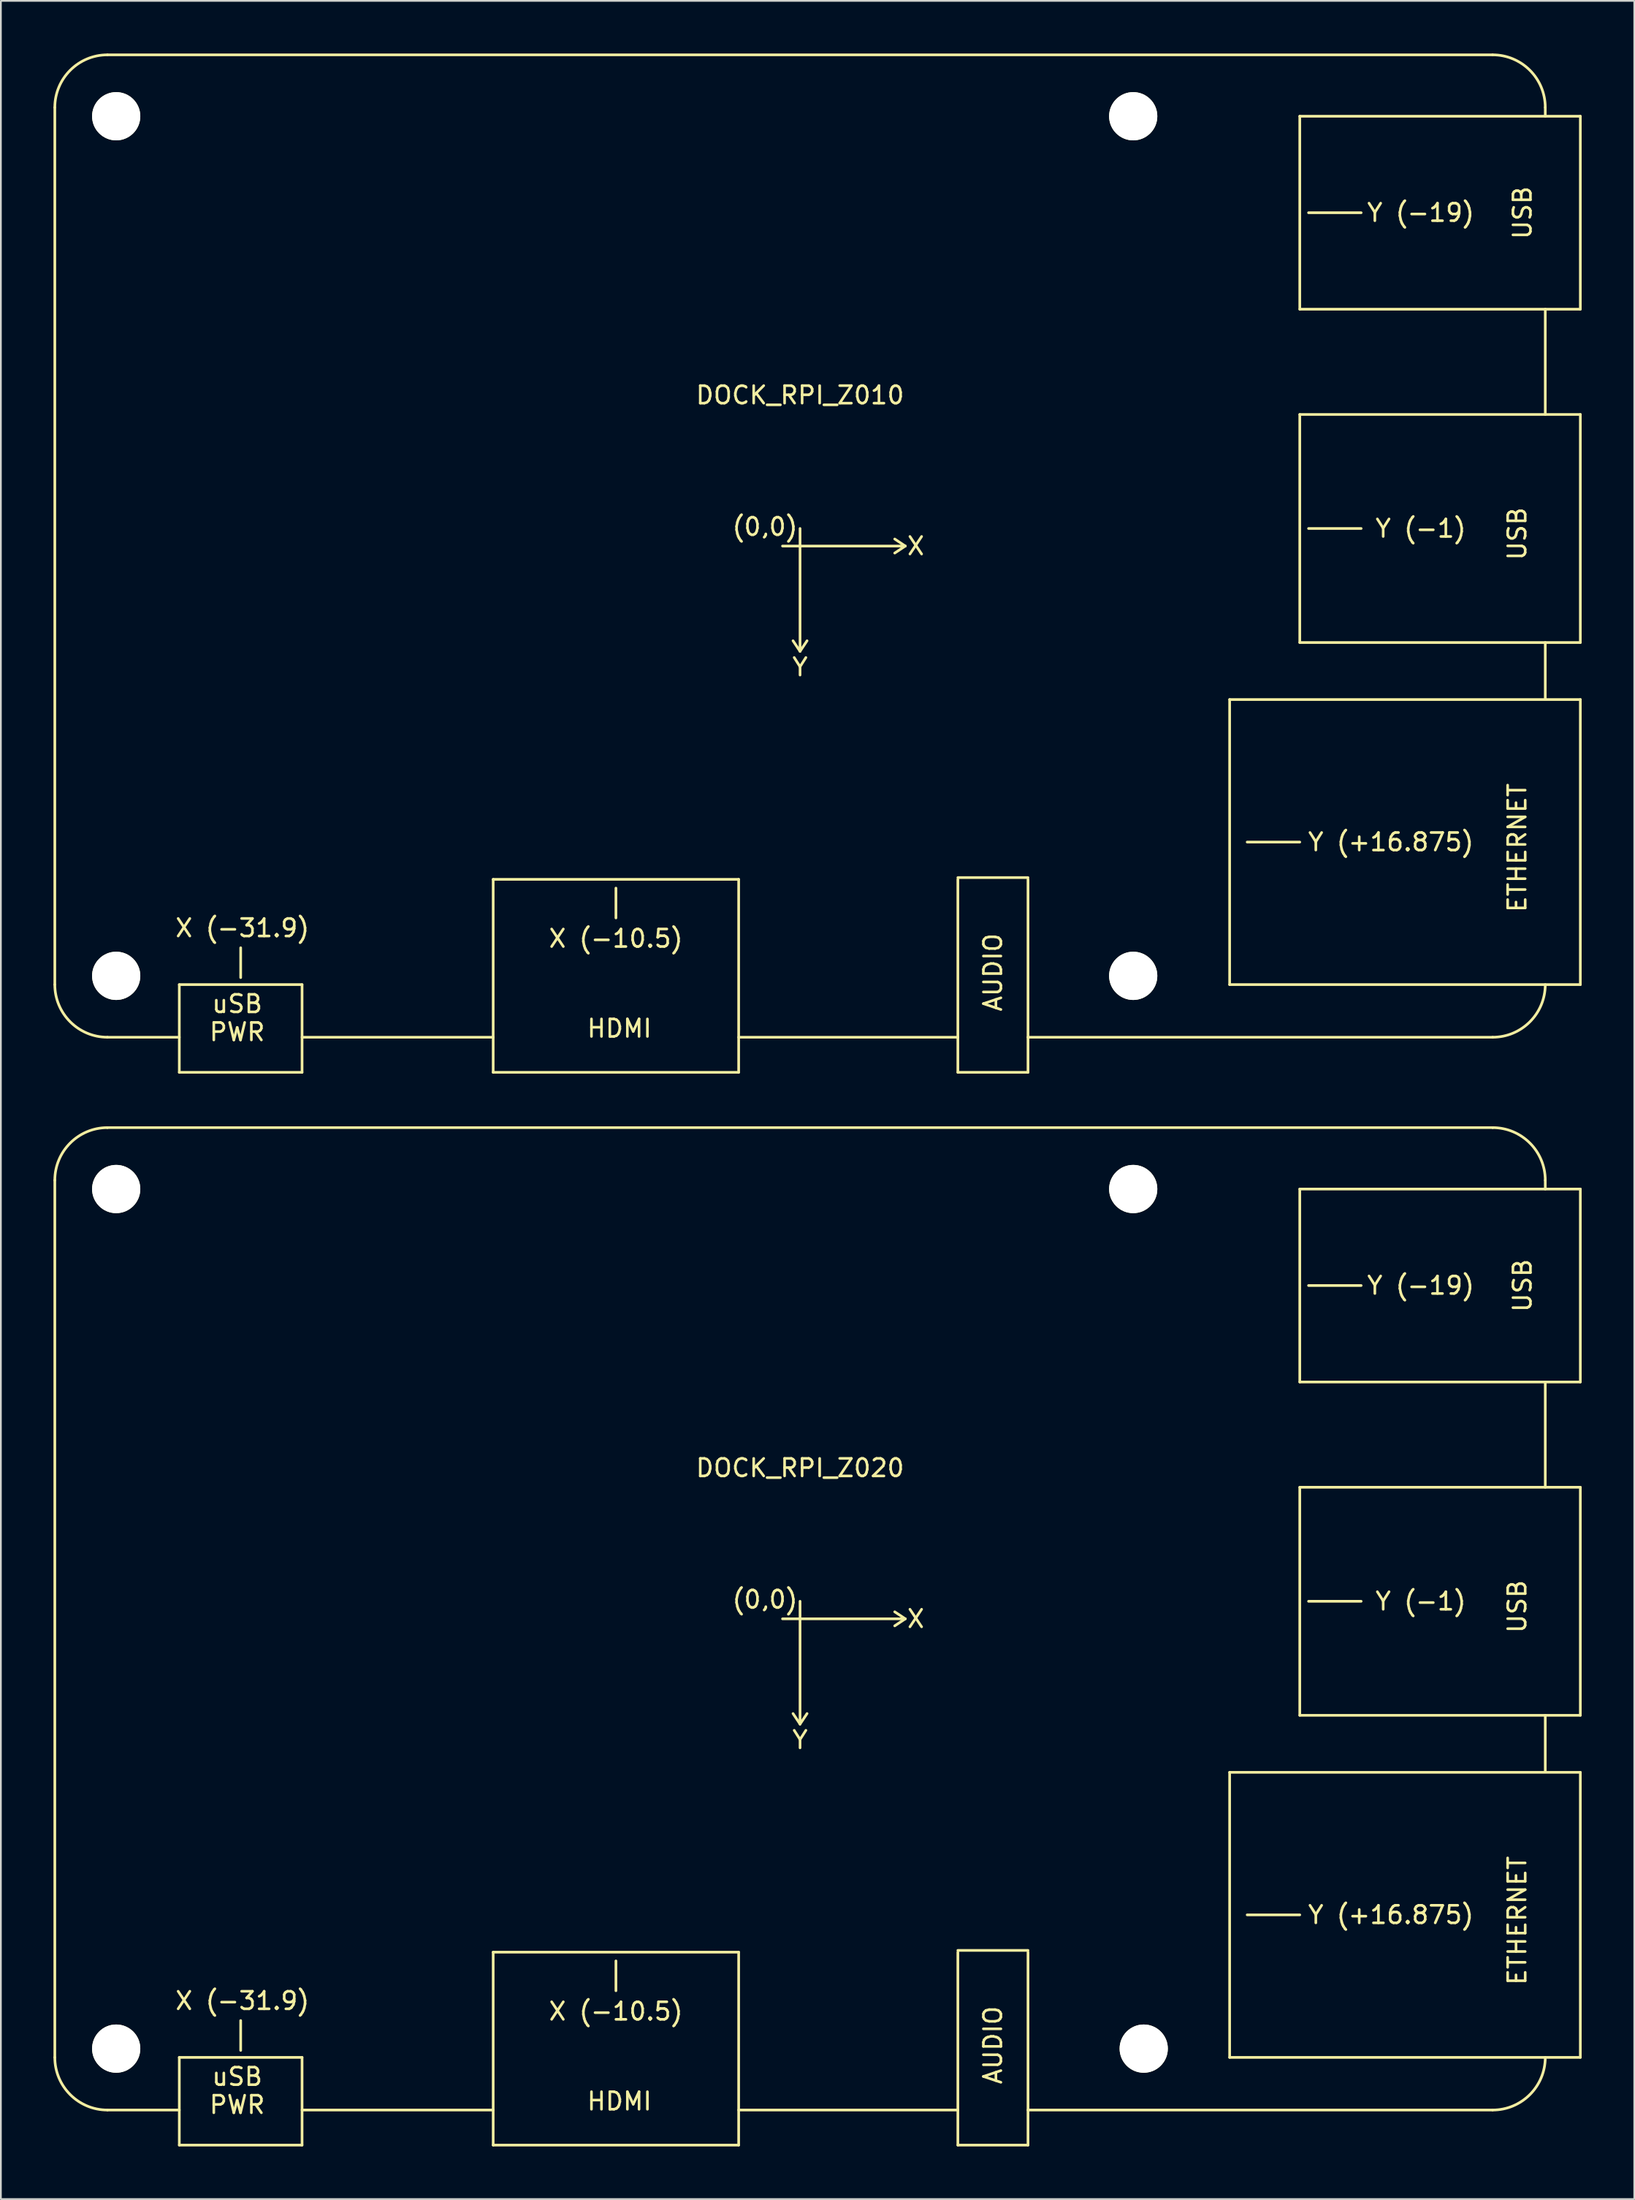
<source format=kicad_pcb>
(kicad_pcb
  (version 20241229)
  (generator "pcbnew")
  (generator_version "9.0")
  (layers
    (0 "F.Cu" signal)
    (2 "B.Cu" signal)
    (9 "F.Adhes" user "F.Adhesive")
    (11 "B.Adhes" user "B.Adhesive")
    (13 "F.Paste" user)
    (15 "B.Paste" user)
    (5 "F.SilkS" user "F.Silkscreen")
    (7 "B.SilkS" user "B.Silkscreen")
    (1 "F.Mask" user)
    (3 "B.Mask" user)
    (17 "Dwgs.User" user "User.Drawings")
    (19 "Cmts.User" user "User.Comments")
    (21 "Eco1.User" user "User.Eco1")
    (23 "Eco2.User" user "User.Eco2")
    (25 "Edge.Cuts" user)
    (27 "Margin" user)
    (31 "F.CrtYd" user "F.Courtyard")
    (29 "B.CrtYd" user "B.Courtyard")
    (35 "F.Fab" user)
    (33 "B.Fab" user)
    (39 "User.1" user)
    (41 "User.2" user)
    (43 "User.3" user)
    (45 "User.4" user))
  (footprint "DOCK_RPI_Z010"
    (layer "F.Cu")
    (at 42.576 28.076)
    (property "Reference" "DOCK_RPI_Z010" (at 0 -8.6 0) (layer "F.SilkS") (effects (font (size 1 1) (thickness 0.15))))
    (attr through_hole)
    (fp_line (start -42.5 -25) (end -42.5 25) (stroke (width 0.152) (type solid)) (layer "F.SilkS"))
    (fp_line (start -39.5 -28) (end 39.5 -28) (stroke (width 0.152) (type solid)) (layer "F.SilkS"))
    (fp_line (start -35.4 25) (end -35.4 30) (stroke (width 0.152) (type solid)) (layer "F.SilkS"))
    (fp_line (start -35.4 25) (end -28.4 25) (stroke (width 0.152) (type solid)) (layer "F.SilkS"))
    (fp_line (start -35.4 28) (end -39.5 28) (stroke (width 0.152) (type solid)) (layer "F.SilkS"))
    (fp_line (start -35.4 30) (end -28.4 30) (stroke (width 0.152) (type solid)) (layer "F.SilkS"))
    (fp_line (start -31.9 22.9) (end -31.9 24.6) (stroke (width 0.152) (type solid)) (layer "F.SilkS"))
    (fp_line (start -28.4 25) (end -28.4 30) (stroke (width 0.152) (type solid)) (layer "F.SilkS"))
    (fp_line (start -17.5 19) (end -17.5 30) (stroke (width 0.152) (type solid)) (layer "F.SilkS"))
    (fp_line (start -17.5 19) (end -3.5 19) (stroke (width 0.152) (type solid)) (layer "F.SilkS"))
    (fp_line (start -17.5 28) (end -28.4 28) (stroke (width 0.152) (type solid)) (layer "F.SilkS"))
    (fp_line (start -17.5 30) (end -3.5 30) (stroke (width 0.152) (type solid)) (layer "F.SilkS"))
    (fp_line (start -10.5 19.5) (end -10.5 21.2) (stroke (width 0.152) (type solid)) (layer "F.SilkS"))
    (fp_line (start -3.5 19) (end -3.5 30) (stroke (width 0.152) (type solid)) (layer "F.SilkS"))
    (fp_line (start -1 0) (end 6 0) (stroke (width 0.152) (type solid)) (layer "F.SilkS"))
    (fp_line (start 0 -1) (end 0 6) (stroke (width 0.152) (type solid)) (layer "F.SilkS"))
    (fp_line (start 0 6) (end -0.4 5.4) (stroke (width 0.152) (type solid)) (layer "F.SilkS"))
    (fp_line (start 0 6) (end 0.4 5.4) (stroke (width 0.152) (type solid)) (layer "F.SilkS"))
    (fp_line (start 6 0) (end 5.4 -0.4) (stroke (width 0.152) (type solid)) (layer "F.SilkS"))
    (fp_line (start 6 0) (end 5.4 0.4) (stroke (width 0.152) (type solid)) (layer "F.SilkS"))
    (fp_line (start 9 18.9) (end 13 18.9) (stroke (width 0.152) (type solid)) (layer "F.SilkS"))
    (fp_line (start 9 19) (end 9 30) (stroke (width 0.152) (type solid)) (layer "F.SilkS"))
    (fp_line (start 9 28) (end -3.5 28) (stroke (width 0.152) (type solid)) (layer "F.SilkS"))
    (fp_line (start 9 30) (end 13 30) (stroke (width 0.152) (type solid)) (layer "F.SilkS"))
    (fp_line (start 13 19) (end 13 30) (stroke (width 0.152) (type solid)) (layer "F.SilkS"))
    (fp_line (start 13 28) (end 39.5 28) (stroke (width 0.152) (type solid)) (layer "F.SilkS"))
    (fp_line (start 24.5 8.75) (end 24.5 25) (stroke (width 0.152) (type solid)) (layer "F.SilkS"))
    (fp_line (start 25.5 16.875) (end 28.5 16.875) (stroke (width 0.152) (type solid)) (layer "F.SilkS"))
    (fp_line (start 28.5 -24.5) (end 28.5 -13.5) (stroke (width 0.152) (type solid)) (layer "F.SilkS"))
    (fp_line (start 28.5 -7.5) (end 28.5 5.5) (stroke (width 0.152) (type solid)) (layer "F.SilkS"))
    (fp_line (start 29 -19) (end 32 -19) (stroke (width 0.152) (type solid)) (layer "F.SilkS"))
    (fp_line (start 29 -1) (end 32 -1) (stroke (width 0.152) (type solid)) (layer "F.SilkS"))
    (fp_line (start 42.5 -25) (end 42.5 -24.5) (stroke (width 0.152) (type solid)) (layer "F.SilkS"))
    (fp_line (start 42.5 -13.5) (end 42.5 -7.5) (stroke (width 0.152) (type solid)) (layer "F.SilkS"))
    (fp_line (start 42.5 5.5) (end 42.5 8.7) (stroke (width 0.152) (type solid)) (layer "F.SilkS"))
    (fp_line (start 44.5 -24.5) (end 28.5 -24.5) (stroke (width 0.152) (type solid)) (layer "F.SilkS"))
    (fp_line (start 44.5 -24.5) (end 44.5 -13.5) (stroke (width 0.152) (type solid)) (layer "F.SilkS"))
    (fp_line (start 44.5 -13.5) (end 28.5 -13.5) (stroke (width 0.152) (type solid)) (layer "F.SilkS"))
    (fp_line (start 44.5 -7.5) (end 28.5 -7.5) (stroke (width 0.152) (type solid)) (layer "F.SilkS"))
    (fp_line (start 44.5 -7.5) (end 44.5 5.5) (stroke (width 0.152) (type solid)) (layer "F.SilkS"))
    (fp_line (start 44.5 5.5) (end 28.5 5.5) (stroke (width 0.152) (type solid)) (layer "F.SilkS"))
    (fp_line (start 44.5 8.75) (end 24.5 8.75) (stroke (width 0.152) (type solid)) (layer "F.SilkS"))
    (fp_line (start 44.5 8.75) (end 44.5 25) (stroke (width 0.152) (type solid)) (layer "F.SilkS"))
    (fp_line (start 44.5 25) (end 24.5 25) (stroke (width 0.152) (type solid)) (layer "F.SilkS"))
    (fp_arc (start -42.5 -25) (mid -41.62132 -27.12132) (end -39.5 -28) (stroke (width 0.1524) (type solid)) (layer "F.SilkS"))
    (fp_arc (start -39.5 28) (mid -41.62132 27.12132) (end -42.5 25) (stroke (width 0.1524) (type solid)) (layer "F.SilkS"))
    (fp_arc (start 39.5 -28) (mid 41.62132 -27.12132) (end 42.5 -25) (stroke (width 0.1524) (type solid)) (layer "F.SilkS"))
    (fp_arc (start 42.5 25) (mid 41.62132 27.12132) (end 39.5 28) (stroke (width 0.1524) (type solid)) (layer "F.SilkS"))
    (fp_text user "X (-10.5)" (at -10.5 22.375 0) (layer "F.SilkS") (effects (font (size 1 1) (thickness 0.15))))
    (fp_text user "AUDIO" (at 11 24.3 90) (layer "F.SilkS") (effects (font (size 1 1) (thickness 0.15))))
    (fp_text user "Y (+16.875)" (at 33.7 16.875 0) (layer "F.SilkS") (effects (font (size 1 1) (thickness 0.15))))
    (fp_text user "PWR" (at -32.1 27.7 0) (layer "F.SilkS") (effects (font (size 1 1) (thickness 0.15))))
    (fp_text user "uSB" (at -32.1 26.1 0) (layer "F.SilkS") (effects (font (size 1 1) (thickness 0.15))))
    (fp_text user "Y" (at 0 6.9 0) (layer "F.SilkS") (effects (font (size 1 1) (thickness 0.15))))
    (fp_text user "USB" (at 41.2 -19 90) (layer "F.SilkS") (effects (font (size 1 1) (thickness 0.15))))
    (fp_text user "ETHERNET" (at 40.9 17.2 90) (layer "F.SilkS") (effects (font (size 1 1) (thickness 0.15))))
    (fp_text user "X (-31.9)" (at -31.8 21.775 0) (layer "F.SilkS") (effects (font (size 1 1) (thickness 0.15))))
    (fp_text user "USB" (at 40.9 -0.7 90) (layer "F.SilkS") (effects (font (size 1 1) (thickness 0.15))))
    (fp_text user "HDMI" (at -10.3 27.5 0) (layer "F.SilkS") (effects (font (size 1 1) (thickness 0.15))))
    (fp_text user "Y (-19)" (at 35.4 -19 0) (layer "F.SilkS") (effects (font (size 1 1) (thickness 0.15))))
    (fp_text user "Y (-1)" (at 35.4 -1 0) (layer "F.SilkS") (effects (font (size 1 1) (thickness 0.15))))
    (fp_text user "X" (at 6.6 0 0) (layer "F.SilkS") (effects (font (size 1 1) (thickness 0.15))))
    (fp_text user "(0,0)" (at -2 -1.1 0) (layer "F.SilkS") (effects (font (size 1 1) (thickness 0.15))))
    (pad "" np_thru_hole circle (at -39 -24.5) (size 2.75 2.75) (drill 2.75) (layers "*.Cu" "*.Mask" "F.SilkS"))
    (pad "" np_thru_hole circle (at -39 24.5) (size 2.75 2.75) (drill 2.75) (layers "*.Cu" "*.Mask" "F.SilkS"))
    (pad "" np_thru_hole circle (at 19 -24.5) (size 2.75 2.75) (drill 2.75) (layers "*.Cu" "*.Mask" "F.SilkS"))
    (pad "" np_thru_hole circle (at 19 24.5) (size 2.75 2.75) (drill 2.75) (layers "*.Cu" "*.Mask" "F.SilkS")))
  (footprint "DOCK_RPI_Z020"
    (layer "F.Cu")
    (at 42.576 89.229)
    (property "Reference" "DOCK_RPI_Z020" (at 0 -8.6 0) (layer "F.SilkS") (effects (font (size 1 1) (thickness 0.15))))
    (attr through_hole)
    (fp_line (start -42.5 -25) (end -42.5 25) (stroke (width 0.152) (type solid)) (layer "F.SilkS"))
    (fp_line (start -39.5 -28) (end 39.5 -28) (stroke (width 0.152) (type solid)) (layer "F.SilkS"))
    (fp_line (start -35.4 25) (end -35.4 30) (stroke (width 0.152) (type solid)) (layer "F.SilkS"))
    (fp_line (start -35.4 25) (end -28.4 25) (stroke (width 0.152) (type solid)) (layer "F.SilkS"))
    (fp_line (start -35.4 28) (end -39.5 28) (stroke (width 0.152) (type solid)) (layer "F.SilkS"))
    (fp_line (start -35.4 30) (end -28.4 30) (stroke (width 0.152) (type solid)) (layer "F.SilkS"))
    (fp_line (start -31.9 22.9) (end -31.9 24.6) (stroke (width 0.152) (type solid)) (layer "F.SilkS"))
    (fp_line (start -28.4 25) (end -28.4 30) (stroke (width 0.152) (type solid)) (layer "F.SilkS"))
    (fp_line (start -17.5 19) (end -17.5 30) (stroke (width 0.152) (type solid)) (layer "F.SilkS"))
    (fp_line (start -17.5 19) (end -3.5 19) (stroke (width 0.152) (type solid)) (layer "F.SilkS"))
    (fp_line (start -17.5 28) (end -28.4 28) (stroke (width 0.152) (type solid)) (layer "F.SilkS"))
    (fp_line (start -17.5 30) (end -3.5 30) (stroke (width 0.152) (type solid)) (layer "F.SilkS"))
    (fp_line (start -10.5 19.5) (end -10.5 21.2) (stroke (width 0.152) (type solid)) (layer "F.SilkS"))
    (fp_line (start -3.5 19) (end -3.5 30) (stroke (width 0.152) (type solid)) (layer "F.SilkS"))
    (fp_line (start -1 0) (end 6 0) (stroke (width 0.152) (type solid)) (layer "F.SilkS"))
    (fp_line (start 0 -1) (end 0 6) (stroke (width 0.152) (type solid)) (layer "F.SilkS"))
    (fp_line (start 0 6) (end -0.4 5.4) (stroke (width 0.152) (type solid)) (layer "F.SilkS"))
    (fp_line (start 0 6) (end 0.4 5.4) (stroke (width 0.152) (type solid)) (layer "F.SilkS"))
    (fp_line (start 6 0) (end 5.4 -0.4) (stroke (width 0.152) (type solid)) (layer "F.SilkS"))
    (fp_line (start 6 0) (end 5.4 0.4) (stroke (width 0.152) (type solid)) (layer "F.SilkS"))
    (fp_line (start 9 18.9) (end 13 18.9) (stroke (width 0.152) (type solid)) (layer "F.SilkS"))
    (fp_line (start 9 19) (end 9 30) (stroke (width 0.152) (type solid)) (layer "F.SilkS"))
    (fp_line (start 9 28) (end -3.5 28) (stroke (width 0.152) (type solid)) (layer "F.SilkS"))
    (fp_line (start 9 30) (end 13 30) (stroke (width 0.152) (type solid)) (layer "F.SilkS"))
    (fp_line (start 13 19) (end 13 30) (stroke (width 0.152) (type solid)) (layer "F.SilkS"))
    (fp_line (start 13 28) (end 39.5 28) (stroke (width 0.152) (type solid)) (layer "F.SilkS"))
    (fp_line (start 24.5 8.75) (end 24.5 25) (stroke (width 0.152) (type solid)) (layer "F.SilkS"))
    (fp_line (start 25.5 16.875) (end 28.5 16.875) (stroke (width 0.152) (type solid)) (layer "F.SilkS"))
    (fp_line (start 28.5 -24.5) (end 28.5 -13.5) (stroke (width 0.152) (type solid)) (layer "F.SilkS"))
    (fp_line (start 28.5 -7.5) (end 28.5 5.5) (stroke (width 0.152) (type solid)) (layer "F.SilkS"))
    (fp_line (start 29 -19) (end 32 -19) (stroke (width 0.152) (type solid)) (layer "F.SilkS"))
    (fp_line (start 29 -1) (end 32 -1) (stroke (width 0.152) (type solid)) (layer "F.SilkS"))
    (fp_line (start 42.5 -25) (end 42.5 -24.5) (stroke (width 0.152) (type solid)) (layer "F.SilkS"))
    (fp_line (start 42.5 -13.5) (end 42.5 -7.5) (stroke (width 0.152) (type solid)) (layer "F.SilkS"))
    (fp_line (start 42.5 5.5) (end 42.5 8.7) (stroke (width 0.152) (type solid)) (layer "F.SilkS"))
    (fp_line (start 44.5 -24.5) (end 28.5 -24.5) (stroke (width 0.152) (type solid)) (layer "F.SilkS"))
    (fp_line (start 44.5 -24.5) (end 44.5 -13.5) (stroke (width 0.152) (type solid)) (layer "F.SilkS"))
    (fp_line (start 44.5 -13.5) (end 28.5 -13.5) (stroke (width 0.152) (type solid)) (layer "F.SilkS"))
    (fp_line (start 44.5 -7.5) (end 28.5 -7.5) (stroke (width 0.152) (type solid)) (layer "F.SilkS"))
    (fp_line (start 44.5 -7.5) (end 44.5 5.5) (stroke (width 0.152) (type solid)) (layer "F.SilkS"))
    (fp_line (start 44.5 5.5) (end 28.5 5.5) (stroke (width 0.152) (type solid)) (layer "F.SilkS"))
    (fp_line (start 44.5 8.75) (end 24.5 8.75) (stroke (width 0.152) (type solid)) (layer "F.SilkS"))
    (fp_line (start 44.5 8.75) (end 44.5 25) (stroke (width 0.152) (type solid)) (layer "F.SilkS"))
    (fp_line (start 44.5 25) (end 24.5 25) (stroke (width 0.152) (type solid)) (layer "F.SilkS"))
    (fp_arc (start -42.5 -25) (mid -41.62132 -27.12132) (end -39.5 -28) (stroke (width 0.1524) (type solid)) (layer "F.SilkS"))
    (fp_arc (start -39.5 28) (mid -41.62132 27.12132) (end -42.5 25) (stroke (width 0.1524) (type solid)) (layer "F.SilkS"))
    (fp_arc (start 39.5 -28) (mid 41.62132 -27.12132) (end 42.5 -25) (stroke (width 0.1524) (type solid)) (layer "F.SilkS"))
    (fp_arc (start 42.5 25) (mid 41.62132 27.12132) (end 39.5 28) (stroke (width 0.1524) (type solid)) (layer "F.SilkS"))
    (fp_text user "Y (-19)" (at 35.4 -19 0) (layer "F.SilkS") (effects (font (size 1 1) (thickness 0.15))))
    (fp_text user "PWR" (at -32.1 27.7 0) (layer "F.SilkS") (effects (font (size 1 1) (thickness 0.15))))
    (fp_text user "X (-10.5)" (at -10.5 22.375 0) (layer "F.SilkS") (effects (font (size 1 1) (thickness 0.15))))
    (fp_text user "USB" (at 40.9 -0.7 90) (layer "F.SilkS") (effects (font (size 1 1) (thickness 0.15))))
    (fp_text user "X" (at 6.6 0 0) (layer "F.SilkS") (effects (font (size 1 1) (thickness 0.15))))
    (fp_text user "(0,0)" (at -2 -1.1 0) (layer "F.SilkS") (effects (font (size 1 1) (thickness 0.15))))
    (fp_text user "Y" (at 0 6.9 0) (layer "F.SilkS") (effects (font (size 1 1) (thickness 0.15))))
    (fp_text user "HDMI" (at -10.3 27.5 0) (layer "F.SilkS") (effects (font (size 1 1) (thickness 0.15))))
    (fp_text user "Y (-1)" (at 35.4 -1 0) (layer "F.SilkS") (effects (font (size 1 1) (thickness 0.15))))
    (fp_text user "X (-31.9)" (at -31.8 21.775 0) (layer "F.SilkS") (effects (font (size 1 1) (thickness 0.15))))
    (fp_text user "AUDIO" (at 11 24.3 90) (layer "F.SilkS") (effects (font (size 1 1) (thickness 0.15))))
    (fp_text user "uSB" (at -32.1 26.1 0) (layer "F.SilkS") (effects (font (size 1 1) (thickness 0.15))))
    (fp_text user "Y (+16.875)" (at 33.7 16.875 0) (layer "F.SilkS") (effects (font (size 1 1) (thickness 0.15))))
    (fp_text user "USB" (at 41.2 -19 90) (layer "F.SilkS") (effects (font (size 1 1) (thickness 0.15))))
    (fp_text user "ETHERNET" (at 40.9 17.2 90) (layer "F.SilkS") (effects (font (size 1 1) (thickness 0.15))))
    (pad "" np_thru_hole circle (at -39 -24.5) (size 2.75 2.75) (drill 2.75) (layers "*.Cu" "*.Mask" "F.SilkS"))
    (pad "" np_thru_hole circle (at -39 24.5) (size 2.75 2.75) (drill 2.75) (layers "*.Cu" "*.Mask" "F.SilkS"))
    (pad "" np_thru_hole circle (at 19 -24.5) (size 2.75 2.75) (drill 2.75) (layers "*.Cu" "*.Mask" "F.SilkS"))
    (pad "" np_thru_hole circle (at 19.6 24.5) (size 2.75 2.75) (drill 2.75) (layers "*.Cu" "*.Mask" "F.SilkS")))
  (gr_rect
    (start -3 -3)
    (end 90.152 122.305)
    (stroke (width 0.1) (type default))
    (fill no)
    (layer "Edge.Cuts")))
</source>
